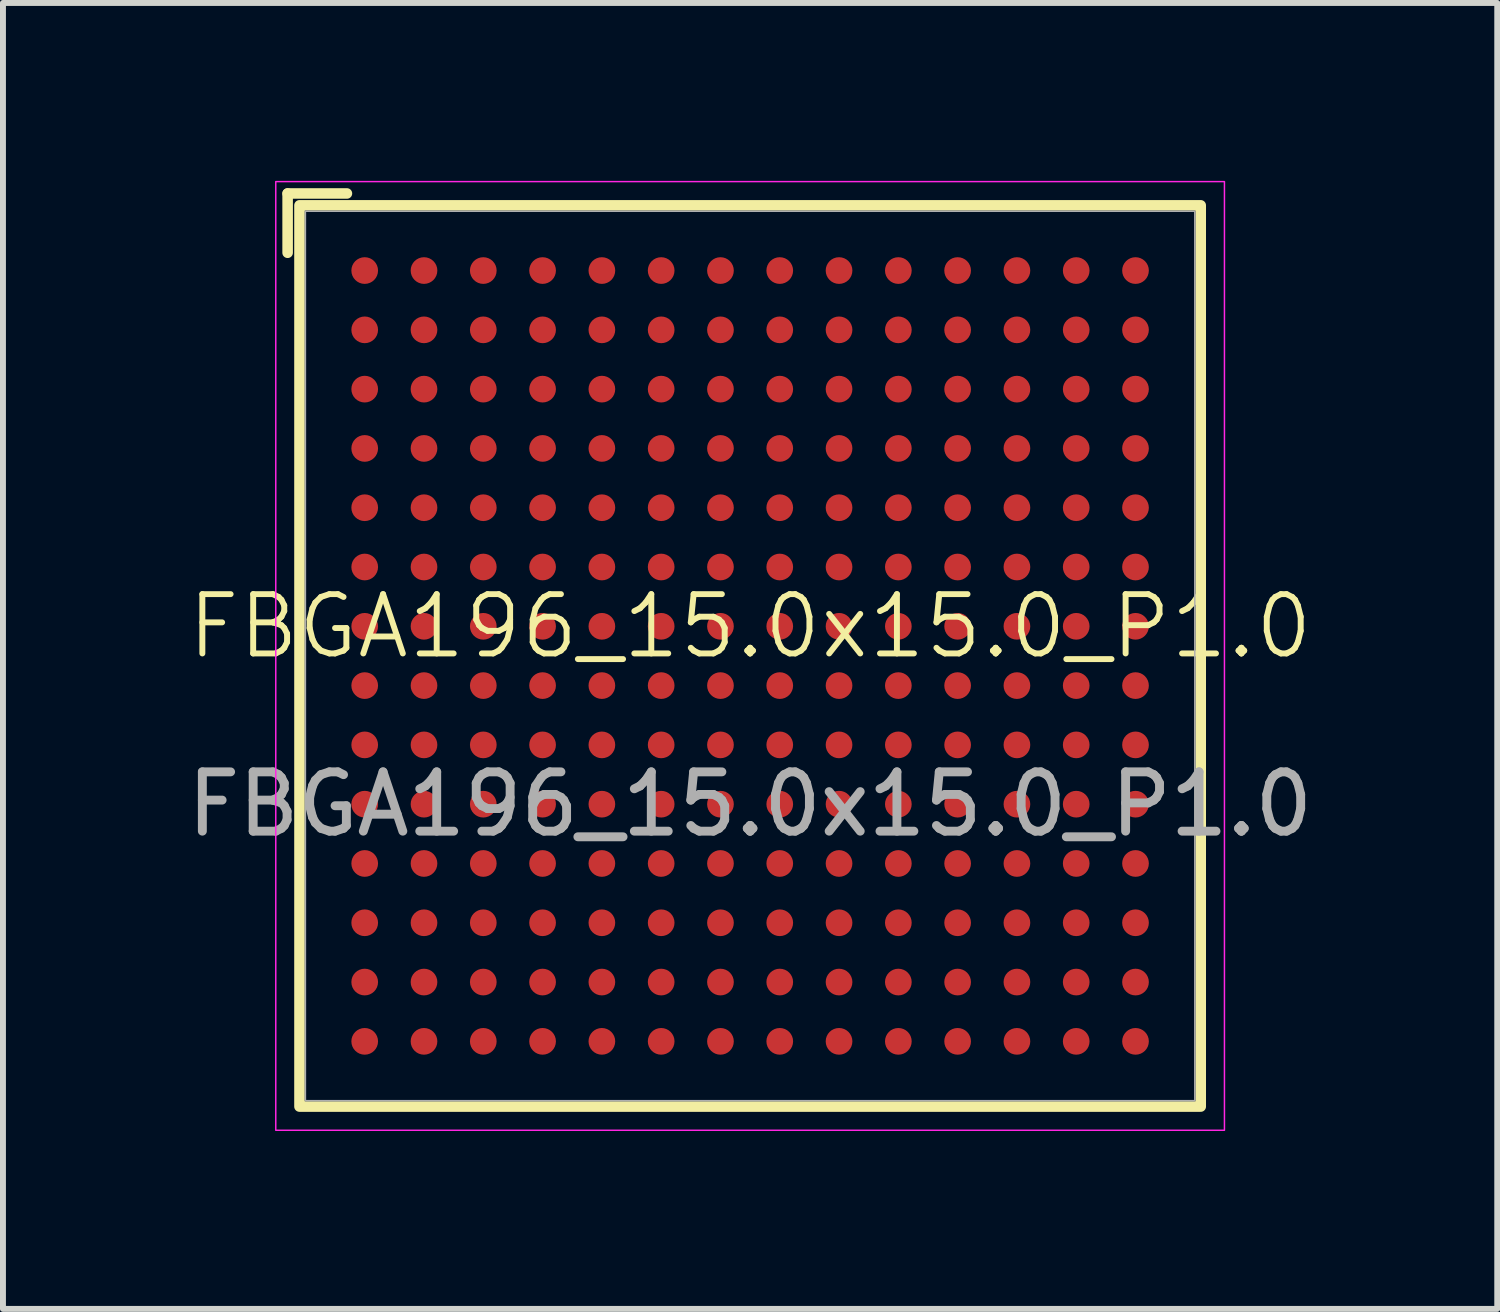
<source format=kicad_pcb>
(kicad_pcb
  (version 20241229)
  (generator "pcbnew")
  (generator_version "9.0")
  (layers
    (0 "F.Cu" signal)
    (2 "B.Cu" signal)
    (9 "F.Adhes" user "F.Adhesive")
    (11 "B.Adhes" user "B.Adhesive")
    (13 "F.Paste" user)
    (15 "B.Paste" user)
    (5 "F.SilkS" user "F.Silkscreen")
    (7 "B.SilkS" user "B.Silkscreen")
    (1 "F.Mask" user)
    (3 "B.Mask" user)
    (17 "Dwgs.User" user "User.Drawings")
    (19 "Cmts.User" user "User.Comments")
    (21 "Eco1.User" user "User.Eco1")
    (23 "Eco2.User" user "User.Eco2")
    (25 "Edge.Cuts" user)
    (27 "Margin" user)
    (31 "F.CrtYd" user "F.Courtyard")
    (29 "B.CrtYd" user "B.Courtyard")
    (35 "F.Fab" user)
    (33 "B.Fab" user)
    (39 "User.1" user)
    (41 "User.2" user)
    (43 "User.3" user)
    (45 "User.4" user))
  (footprint "FBGA196_15.0x15.0_P1.0"
    (layer "F.Cu")
    (at 9.601 8.013)
    (property "Reference" "FBGA196_15.0x15.0_P1.0" (at 0 -0.5 0) (unlocked yes) (layer "F.SilkS") (effects (font (size 1 1) (thickness 0.1))))
    (attr smd)
    (fp_line (start -7.8 -7.8) (end -6.8 -7.8) (stroke (width 0.178) (type default)) (layer "F.SilkS"))
    (fp_line (start -7.8 -6.8) (end -7.8 -7.8) (stroke (width 0.178) (type default)) (layer "F.SilkS"))
    (fp_rect (start -7.6 7.6) (end 7.6 -7.6) (stroke (width 0.178) (type default)) (fill no) (layer "F.SilkS"))
    (fp_rect (start -8 8) (end 8 -8) (stroke (width 0.025) (type default)) (fill no) (layer "F.CrtYd"))
    (fp_rect (start -7.5 7.5) (end 7.5 -7.5) (stroke (width 0.025) (type default)) (fill no) (layer "F.Fab"))
    (fp_text user "${REFERENCE}" (at 0 2.5 0) (unlocked yes) (layer "F.Fab") (effects (font (size 1 1) (thickness 0.15))))
    (pad "A1" smd circle (at -6.5 -6.5) (size 0.45 0.45) (layers "F.Cu" "F.Mask" "F.Paste"))
    (pad "A2" smd circle (at -5.5 -6.5) (size 0.45 0.45) (layers "F.Cu" "F.Mask" "F.Paste"))
    (pad "A3" smd circle (at -4.5 -6.5) (size 0.45 0.45) (layers "F.Cu" "F.Mask" "F.Paste"))
    (pad "A4" smd circle (at -3.5 -6.5) (size 0.45 0.45) (layers "F.Cu" "F.Mask" "F.Paste"))
    (pad "A5" smd circle (at -2.5 -6.5) (size 0.45 0.45) (layers "F.Cu" "F.Mask" "F.Paste"))
    (pad "A6" smd circle (at -1.5 -6.5) (size 0.45 0.45) (layers "F.Cu" "F.Mask" "F.Paste"))
    (pad "A7" smd circle (at -0.5 -6.5) (size 0.45 0.45) (layers "F.Cu" "F.Mask" "F.Paste"))
    (pad "A8" smd circle (at 0.5 -6.5) (size 0.45 0.45) (layers "F.Cu" "F.Mask" "F.Paste"))
    (pad "A9" smd circle (at 1.5 -6.5) (size 0.45 0.45) (layers "F.Cu" "F.Mask" "F.Paste"))
    (pad "A10" smd circle (at 2.5 -6.5) (size 0.45 0.45) (layers "F.Cu" "F.Mask" "F.Paste"))
    (pad "A11" smd circle (at 3.5 -6.5) (size 0.45 0.45) (layers "F.Cu" "F.Mask" "F.Paste"))
    (pad "A12" smd circle (at 4.5 -6.5) (size 0.45 0.45) (layers "F.Cu" "F.Mask" "F.Paste"))
    (pad "A13" smd circle (at 5.5 -6.5) (size 0.45 0.45) (layers "F.Cu" "F.Mask" "F.Paste"))
    (pad "A14" smd circle (at 6.5 -6.5) (size 0.45 0.45) (layers "F.Cu" "F.Mask" "F.Paste"))
    (pad "B1" smd circle (at -6.5 -5.5) (size 0.45 0.45) (layers "F.Cu" "F.Mask" "F.Paste"))
    (pad "B2" smd circle (at -5.5 -5.5) (size 0.45 0.45) (layers "F.Cu" "F.Mask" "F.Paste"))
    (pad "B3" smd circle (at -4.5 -5.5) (size 0.45 0.45) (layers "F.Cu" "F.Mask" "F.Paste"))
    (pad "B4" smd circle (at -3.5 -5.5) (size 0.45 0.45) (layers "F.Cu" "F.Mask" "F.Paste"))
    (pad "B5" smd circle (at -2.5 -5.5) (size 0.45 0.45) (layers "F.Cu" "F.Mask" "F.Paste"))
    (pad "B6" smd circle (at -1.5 -5.5) (size 0.45 0.45) (layers "F.Cu" "F.Mask" "F.Paste"))
    (pad "B7" smd circle (at -0.5 -5.5) (size 0.45 0.45) (layers "F.Cu" "F.Mask" "F.Paste"))
    (pad "B8" smd circle (at 0.5 -5.5) (size 0.45 0.45) (layers "F.Cu" "F.Mask" "F.Paste"))
    (pad "B9" smd circle (at 1.5 -5.5) (size 0.45 0.45) (layers "F.Cu" "F.Mask" "F.Paste"))
    (pad "B10" smd circle (at 2.5 -5.5) (size 0.45 0.45) (layers "F.Cu" "F.Mask" "F.Paste"))
    (pad "B11" smd circle (at 3.5 -5.5) (size 0.45 0.45) (layers "F.Cu" "F.Mask" "F.Paste"))
    (pad "B12" smd circle (at 4.5 -5.5) (size 0.45 0.45) (layers "F.Cu" "F.Mask" "F.Paste"))
    (pad "B13" smd circle (at 5.5 -5.5) (size 0.45 0.45) (layers "F.Cu" "F.Mask" "F.Paste"))
    (pad "B14" smd circle (at 6.5 -5.5) (size 0.45 0.45) (layers "F.Cu" "F.Mask" "F.Paste"))
    (pad "C1" smd circle (at -6.5 -4.5) (size 0.45 0.45) (layers "F.Cu" "F.Mask" "F.Paste"))
    (pad "C2" smd circle (at -5.5 -4.5) (size 0.45 0.45) (layers "F.Cu" "F.Mask" "F.Paste"))
    (pad "C3" smd circle (at -4.5 -4.5) (size 0.45 0.45) (layers "F.Cu" "F.Mask" "F.Paste"))
    (pad "C4" smd circle (at -3.5 -4.5) (size 0.45 0.45) (layers "F.Cu" "F.Mask" "F.Paste"))
    (pad "C5" smd circle (at -2.5 -4.5) (size 0.45 0.45) (layers "F.Cu" "F.Mask" "F.Paste"))
    (pad "C6" smd circle (at -1.5 -4.5) (size 0.45 0.45) (layers "F.Cu" "F.Mask" "F.Paste"))
    (pad "C7" smd circle (at -0.5 -4.5) (size 0.45 0.45) (layers "F.Cu" "F.Mask" "F.Paste"))
    (pad "C8" smd circle (at 0.5 -4.5) (size 0.45 0.45) (layers "F.Cu" "F.Mask" "F.Paste"))
    (pad "C9" smd circle (at 1.5 -4.5) (size 0.45 0.45) (layers "F.Cu" "F.Mask" "F.Paste"))
    (pad "C10" smd circle (at 2.5 -4.5) (size 0.45 0.45) (layers "F.Cu" "F.Mask" "F.Paste"))
    (pad "C11" smd circle (at 3.5 -4.5) (size 0.45 0.45) (layers "F.Cu" "F.Mask" "F.Paste"))
    (pad "C12" smd circle (at 4.5 -4.5) (size 0.45 0.45) (layers "F.Cu" "F.Mask" "F.Paste"))
    (pad "C13" smd circle (at 5.5 -4.5) (size 0.45 0.45) (layers "F.Cu" "F.Mask" "F.Paste"))
    (pad "C14" smd circle (at 6.5 -4.5) (size 0.45 0.45) (layers "F.Cu" "F.Mask" "F.Paste"))
    (pad "D1" smd circle (at -6.5 -3.5) (size 0.45 0.45) (layers "F.Cu" "F.Mask" "F.Paste"))
    (pad "D2" smd circle (at -5.5 -3.5) (size 0.45 0.45) (layers "F.Cu" "F.Mask" "F.Paste"))
    (pad "D3" smd circle (at -4.5 -3.5) (size 0.45 0.45) (layers "F.Cu" "F.Mask" "F.Paste"))
    (pad "D4" smd circle (at -3.5 -3.5) (size 0.45 0.45) (layers "F.Cu" "F.Mask" "F.Paste"))
    (pad "D5" smd circle (at -2.5 -3.5) (size 0.45 0.45) (layers "F.Cu" "F.Mask" "F.Paste"))
    (pad "D6" smd circle (at -1.5 -3.5) (size 0.45 0.45) (layers "F.Cu" "F.Mask" "F.Paste"))
    (pad "D7" smd circle (at -0.5 -3.5) (size 0.45 0.45) (layers "F.Cu" "F.Mask" "F.Paste"))
    (pad "D8" smd circle (at 0.5 -3.5) (size 0.45 0.45) (layers "F.Cu" "F.Mask" "F.Paste"))
    (pad "D9" smd circle (at 1.5 -3.5) (size 0.45 0.45) (layers "F.Cu" "F.Mask" "F.Paste"))
    (pad "D10" smd circle (at 2.5 -3.5) (size 0.45 0.45) (layers "F.Cu" "F.Mask" "F.Paste"))
    (pad "D11" smd circle (at 3.5 -3.5) (size 0.45 0.45) (layers "F.Cu" "F.Mask" "F.Paste"))
    (pad "D12" smd circle (at 4.5 -3.5) (size 0.45 0.45) (layers "F.Cu" "F.Mask" "F.Paste"))
    (pad "D13" smd circle (at 5.5 -3.5) (size 0.45 0.45) (layers "F.Cu" "F.Mask" "F.Paste"))
    (pad "D14" smd circle (at 6.5 -3.5) (size 0.45 0.45) (layers "F.Cu" "F.Mask" "F.Paste"))
    (pad "E1" smd circle (at -6.5 -2.5) (size 0.45 0.45) (layers "F.Cu" "F.Mask" "F.Paste"))
    (pad "E2" smd circle (at -5.5 -2.5) (size 0.45 0.45) (layers "F.Cu" "F.Mask" "F.Paste"))
    (pad "E3" smd circle (at -4.5 -2.5) (size 0.45 0.45) (layers "F.Cu" "F.Mask" "F.Paste"))
    (pad "E4" smd circle (at -3.5 -2.5) (size 0.45 0.45) (layers "F.Cu" "F.Mask" "F.Paste"))
    (pad "E5" smd circle (at -2.5 -2.5) (size 0.45 0.45) (layers "F.Cu" "F.Mask" "F.Paste"))
    (pad "E6" smd circle (at -1.5 -2.5) (size 0.45 0.45) (layers "F.Cu" "F.Mask" "F.Paste"))
    (pad "E7" smd circle (at -0.5 -2.5) (size 0.45 0.45) (layers "F.Cu" "F.Mask" "F.Paste"))
    (pad "E8" smd circle (at 0.5 -2.5) (size 0.45 0.45) (layers "F.Cu" "F.Mask" "F.Paste"))
    (pad "E9" smd circle (at 1.5 -2.5) (size 0.45 0.45) (layers "F.Cu" "F.Mask" "F.Paste"))
    (pad "E10" smd circle (at 2.5 -2.5) (size 0.45 0.45) (layers "F.Cu" "F.Mask" "F.Paste"))
    (pad "E11" smd circle (at 3.5 -2.5) (size 0.45 0.45) (layers "F.Cu" "F.Mask" "F.Paste"))
    (pad "E12" smd circle (at 4.5 -2.5) (size 0.45 0.45) (layers "F.Cu" "F.Mask" "F.Paste"))
    (pad "E13" smd circle (at 5.5 -2.5) (size 0.45 0.45) (layers "F.Cu" "F.Mask" "F.Paste"))
    (pad "E14" smd circle (at 6.5 -2.5) (size 0.45 0.45) (layers "F.Cu" "F.Mask" "F.Paste"))
    (pad "F1" smd circle (at -6.5 -1.5) (size 0.45 0.45) (layers "F.Cu" "F.Mask" "F.Paste"))
    (pad "F2" smd circle (at -5.5 -1.5) (size 0.45 0.45) (layers "F.Cu" "F.Mask" "F.Paste"))
    (pad "F3" smd circle (at -4.5 -1.5) (size 0.45 0.45) (layers "F.Cu" "F.Mask" "F.Paste"))
    (pad "F4" smd circle (at -3.5 -1.5) (size 0.45 0.45) (layers "F.Cu" "F.Mask" "F.Paste"))
    (pad "F5" smd circle (at -2.5 -1.5) (size 0.45 0.45) (layers "F.Cu" "F.Mask" "F.Paste"))
    (pad "F6" smd circle (at -1.5 -1.5) (size 0.45 0.45) (layers "F.Cu" "F.Mask" "F.Paste"))
    (pad "F7" smd circle (at -0.5 -1.5) (size 0.45 0.45) (layers "F.Cu" "F.Mask" "F.Paste"))
    (pad "F8" smd circle (at 0.5 -1.5) (size 0.45 0.45) (layers "F.Cu" "F.Mask" "F.Paste"))
    (pad "F9" smd circle (at 1.5 -1.5) (size 0.45 0.45) (layers "F.Cu" "F.Mask" "F.Paste"))
    (pad "F10" smd circle (at 2.5 -1.5) (size 0.45 0.45) (layers "F.Cu" "F.Mask" "F.Paste"))
    (pad "F11" smd circle (at 3.5 -1.5) (size 0.45 0.45) (layers "F.Cu" "F.Mask" "F.Paste"))
    (pad "F12" smd circle (at 4.5 -1.5) (size 0.45 0.45) (layers "F.Cu" "F.Mask" "F.Paste"))
    (pad "F13" smd circle (at 5.5 -1.5) (size 0.45 0.45) (layers "F.Cu" "F.Mask" "F.Paste"))
    (pad "F14" smd circle (at 6.5 -1.5) (size 0.45 0.45) (layers "F.Cu" "F.Mask" "F.Paste"))
    (pad "G1" smd circle (at -6.5 -0.5) (size 0.45 0.45) (layers "F.Cu" "F.Mask" "F.Paste"))
    (pad "G2" smd circle (at -5.5 -0.5) (size 0.45 0.45) (layers "F.Cu" "F.Mask" "F.Paste"))
    (pad "G3" smd circle (at -4.5 -0.5) (size 0.45 0.45) (layers "F.Cu" "F.Mask" "F.Paste"))
    (pad "G4" smd circle (at -3.5 -0.5) (size 0.45 0.45) (layers "F.Cu" "F.Mask" "F.Paste"))
    (pad "G5" smd circle (at -2.5 -0.5) (size 0.45 0.45) (layers "F.Cu" "F.Mask" "F.Paste"))
    (pad "G6" smd circle (at -1.5 -0.5) (size 0.45 0.45) (layers "F.Cu" "F.Mask" "F.Paste"))
    (pad "G7" smd circle (at -0.5 -0.5) (size 0.45 0.45) (layers "F.Cu" "F.Mask" "F.Paste"))
    (pad "G8" smd circle (at 0.5 -0.5) (size 0.45 0.45) (layers "F.Cu" "F.Mask" "F.Paste"))
    (pad "G9" smd circle (at 1.5 -0.5) (size 0.45 0.45) (layers "F.Cu" "F.Mask" "F.Paste"))
    (pad "G10" smd circle (at 2.5 -0.5) (size 0.45 0.45) (layers "F.Cu" "F.Mask" "F.Paste"))
    (pad "G11" smd circle (at 3.5 -0.5) (size 0.45 0.45) (layers "F.Cu" "F.Mask" "F.Paste"))
    (pad "G12" smd circle (at 4.5 -0.5) (size 0.45 0.45) (layers "F.Cu" "F.Mask" "F.Paste"))
    (pad "G13" smd circle (at 5.5 -0.5) (size 0.45 0.45) (layers "F.Cu" "F.Mask" "F.Paste"))
    (pad "G14" smd circle (at 6.5 -0.5) (size 0.45 0.45) (layers "F.Cu" "F.Mask" "F.Paste"))
    (pad "H1" smd circle (at -6.5 0.5) (size 0.45 0.45) (layers "F.Cu" "F.Mask" "F.Paste"))
    (pad "H2" smd circle (at -5.5 0.5) (size 0.45 0.45) (layers "F.Cu" "F.Mask" "F.Paste"))
    (pad "H3" smd circle (at -4.5 0.5) (size 0.45 0.45) (layers "F.Cu" "F.Mask" "F.Paste"))
    (pad "H4" smd circle (at -3.5 0.5) (size 0.45 0.45) (layers "F.Cu" "F.Mask" "F.Paste"))
    (pad "H5" smd circle (at -2.5 0.5) (size 0.45 0.45) (layers "F.Cu" "F.Mask" "F.Paste"))
    (pad "H6" smd circle (at -1.5 0.5) (size 0.45 0.45) (layers "F.Cu" "F.Mask" "F.Paste"))
    (pad "H7" smd circle (at -0.5 0.5) (size 0.45 0.45) (layers "F.Cu" "F.Mask" "F.Paste"))
    (pad "H8" smd circle (at 0.5 0.5) (size 0.45 0.45) (layers "F.Cu" "F.Mask" "F.Paste"))
    (pad "H9" smd circle (at 1.5 0.5) (size 0.45 0.45) (layers "F.Cu" "F.Mask" "F.Paste"))
    (pad "H10" smd circle (at 2.5 0.5) (size 0.45 0.45) (layers "F.Cu" "F.Mask" "F.Paste"))
    (pad "H11" smd circle (at 3.5 0.5) (size 0.45 0.45) (layers "F.Cu" "F.Mask" "F.Paste"))
    (pad "H12" smd circle (at 4.5 0.5) (size 0.45 0.45) (layers "F.Cu" "F.Mask" "F.Paste"))
    (pad "H13" smd circle (at 5.5 0.5) (size 0.45 0.45) (layers "F.Cu" "F.Mask" "F.Paste"))
    (pad "H14" smd circle (at 6.5 0.5) (size 0.45 0.45) (layers "F.Cu" "F.Mask" "F.Paste"))
    (pad "J1" smd circle (at -6.5 1.5) (size 0.45 0.45) (layers "F.Cu" "F.Mask" "F.Paste"))
    (pad "J2" smd circle (at -5.5 1.5) (size 0.45 0.45) (layers "F.Cu" "F.Mask" "F.Paste"))
    (pad "J3" smd circle (at -4.5 1.5) (size 0.45 0.45) (layers "F.Cu" "F.Mask" "F.Paste"))
    (pad "J4" smd circle (at -3.5 1.5) (size 0.45 0.45) (layers "F.Cu" "F.Mask" "F.Paste"))
    (pad "J5" smd circle (at -2.5 1.5) (size 0.45 0.45) (layers "F.Cu" "F.Mask" "F.Paste"))
    (pad "J6" smd circle (at -1.5 1.5) (size 0.45 0.45) (layers "F.Cu" "F.Mask" "F.Paste"))
    (pad "J7" smd circle (at -0.5 1.5) (size 0.45 0.45) (layers "F.Cu" "F.Mask" "F.Paste"))
    (pad "J8" smd circle (at 0.5 1.5) (size 0.45 0.45) (layers "F.Cu" "F.Mask" "F.Paste"))
    (pad "J9" smd circle (at 1.5 1.5) (size 0.45 0.45) (layers "F.Cu" "F.Mask" "F.Paste"))
    (pad "J10" smd circle (at 2.5 1.5) (size 0.45 0.45) (layers "F.Cu" "F.Mask" "F.Paste"))
    (pad "J11" smd circle (at 3.5 1.5) (size 0.45 0.45) (layers "F.Cu" "F.Mask" "F.Paste"))
    (pad "J12" smd circle (at 4.5 1.5) (size 0.45 0.45) (layers "F.Cu" "F.Mask" "F.Paste"))
    (pad "J13" smd circle (at 5.5 1.5) (size 0.45 0.45) (layers "F.Cu" "F.Mask" "F.Paste"))
    (pad "J14" smd circle (at 6.5 1.5) (size 0.45 0.45) (layers "F.Cu" "F.Mask" "F.Paste"))
    (pad "K1" smd circle (at -6.5 2.5) (size 0.45 0.45) (layers "F.Cu" "F.Mask" "F.Paste"))
    (pad "K2" smd circle (at -5.5 2.5) (size 0.45 0.45) (layers "F.Cu" "F.Mask" "F.Paste"))
    (pad "K3" smd circle (at -4.5 2.5) (size 0.45 0.45) (layers "F.Cu" "F.Mask" "F.Paste"))
    (pad "K4" smd circle (at -3.5 2.5) (size 0.45 0.45) (layers "F.Cu" "F.Mask" "F.Paste"))
    (pad "K5" smd circle (at -2.5 2.5) (size 0.45 0.45) (layers "F.Cu" "F.Mask" "F.Paste"))
    (pad "K6" smd circle (at -1.5 2.5) (size 0.45 0.45) (layers "F.Cu" "F.Mask" "F.Paste"))
    (pad "K7" smd circle (at -0.5 2.5) (size 0.45 0.45) (layers "F.Cu" "F.Mask" "F.Paste"))
    (pad "K8" smd circle (at 0.5 2.5) (size 0.45 0.45) (layers "F.Cu" "F.Mask" "F.Paste"))
    (pad "K9" smd circle (at 1.5 2.5) (size 0.45 0.45) (layers "F.Cu" "F.Mask" "F.Paste"))
    (pad "K10" smd circle (at 2.5 2.5) (size 0.45 0.45) (layers "F.Cu" "F.Mask" "F.Paste"))
    (pad "K11" smd circle (at 3.5 2.5) (size 0.45 0.45) (layers "F.Cu" "F.Mask" "F.Paste"))
    (pad "K12" smd circle (at 4.5 2.5) (size 0.45 0.45) (layers "F.Cu" "F.Mask" "F.Paste"))
    (pad "K13" smd circle (at 5.5 2.5) (size 0.45 0.45) (layers "F.Cu" "F.Mask" "F.Paste"))
    (pad "K14" smd circle (at 6.5 2.5) (size 0.45 0.45) (layers "F.Cu" "F.Mask" "F.Paste"))
    (pad "L1" smd circle (at -6.5 3.5) (size 0.45 0.45) (layers "F.Cu" "F.Mask" "F.Paste"))
    (pad "L2" smd circle (at -5.5 3.5) (size 0.45 0.45) (layers "F.Cu" "F.Mask" "F.Paste"))
    (pad "L3" smd circle (at -4.5 3.5) (size 0.45 0.45) (layers "F.Cu" "F.Mask" "F.Paste"))
    (pad "L4" smd circle (at -3.5 3.5) (size 0.45 0.45) (layers "F.Cu" "F.Mask" "F.Paste"))
    (pad "L5" smd circle (at -2.5 3.5) (size 0.45 0.45) (layers "F.Cu" "F.Mask" "F.Paste"))
    (pad "L6" smd circle (at -1.5 3.5) (size 0.45 0.45) (layers "F.Cu" "F.Mask" "F.Paste"))
    (pad "L7" smd circle (at -0.5 3.5) (size 0.45 0.45) (layers "F.Cu" "F.Mask" "F.Paste"))
    (pad "L8" smd circle (at 0.5 3.5) (size 0.45 0.45) (layers "F.Cu" "F.Mask" "F.Paste"))
    (pad "L9" smd circle (at 1.5 3.5) (size 0.45 0.45) (layers "F.Cu" "F.Mask" "F.Paste"))
    (pad "L10" smd circle (at 2.5 3.5) (size 0.45 0.45) (layers "F.Cu" "F.Mask" "F.Paste"))
    (pad "L11" smd circle (at 3.5 3.5) (size 0.45 0.45) (layers "F.Cu" "F.Mask" "F.Paste"))
    (pad "L12" smd circle (at 4.5 3.5) (size 0.45 0.45) (layers "F.Cu" "F.Mask" "F.Paste"))
    (pad "L13" smd circle (at 5.5 3.5) (size 0.45 0.45) (layers "F.Cu" "F.Mask" "F.Paste"))
    (pad "L14" smd circle (at 6.5 3.5) (size 0.45 0.45) (layers "F.Cu" "F.Mask" "F.Paste"))
    (pad "M1" smd circle (at -6.5 4.5) (size 0.45 0.45) (layers "F.Cu" "F.Mask" "F.Paste"))
    (pad "M2" smd circle (at -5.5 4.5) (size 0.45 0.45) (layers "F.Cu" "F.Mask" "F.Paste"))
    (pad "M3" smd circle (at -4.5 4.5) (size 0.45 0.45) (layers "F.Cu" "F.Mask" "F.Paste"))
    (pad "M4" smd circle (at -3.5 4.5) (size 0.45 0.45) (layers "F.Cu" "F.Mask" "F.Paste"))
    (pad "M5" smd circle (at -2.5 4.5) (size 0.45 0.45) (layers "F.Cu" "F.Mask" "F.Paste"))
    (pad "M6" smd circle (at -1.5 4.5) (size 0.45 0.45) (layers "F.Cu" "F.Mask" "F.Paste"))
    (pad "M7" smd circle (at -0.5 4.5) (size 0.45 0.45) (layers "F.Cu" "F.Mask" "F.Paste"))
    (pad "M8" smd circle (at 0.5 4.5) (size 0.45 0.45) (layers "F.Cu" "F.Mask" "F.Paste"))
    (pad "M9" smd circle (at 1.5 4.5) (size 0.45 0.45) (layers "F.Cu" "F.Mask" "F.Paste"))
    (pad "M10" smd circle (at 2.5 4.5) (size 0.45 0.45) (layers "F.Cu" "F.Mask" "F.Paste"))
    (pad "M11" smd circle (at 3.5 4.5) (size 0.45 0.45) (layers "F.Cu" "F.Mask" "F.Paste"))
    (pad "M12" smd circle (at 4.5 4.5) (size 0.45 0.45) (layers "F.Cu" "F.Mask" "F.Paste"))
    (pad "M13" smd circle (at 5.5 4.5) (size 0.45 0.45) (layers "F.Cu" "F.Mask" "F.Paste"))
    (pad "M14" smd circle (at 6.5 4.5) (size 0.45 0.45) (layers "F.Cu" "F.Mask" "F.Paste"))
    (pad "N1" smd circle (at -6.5 5.5) (size 0.45 0.45) (layers "F.Cu" "F.Mask" "F.Paste"))
    (pad "N2" smd circle (at -5.5 5.5) (size 0.45 0.45) (layers "F.Cu" "F.Mask" "F.Paste"))
    (pad "N3" smd circle (at -4.5 5.5) (size 0.45 0.45) (layers "F.Cu" "F.Mask" "F.Paste"))
    (pad "N4" smd circle (at -3.5 5.5) (size 0.45 0.45) (layers "F.Cu" "F.Mask" "F.Paste"))
    (pad "N5" smd circle (at -2.5 5.5) (size 0.45 0.45) (layers "F.Cu" "F.Mask" "F.Paste"))
    (pad "N6" smd circle (at -1.5 5.5) (size 0.45 0.45) (layers "F.Cu" "F.Mask" "F.Paste"))
    (pad "N7" smd circle (at -0.5 5.5) (size 0.45 0.45) (layers "F.Cu" "F.Mask" "F.Paste"))
    (pad "N8" smd circle (at 0.5 5.5) (size 0.45 0.45) (layers "F.Cu" "F.Mask" "F.Paste"))
    (pad "N9" smd circle (at 1.5 5.5) (size 0.45 0.45) (layers "F.Cu" "F.Mask" "F.Paste"))
    (pad "N10" smd circle (at 2.5 5.5) (size 0.45 0.45) (layers "F.Cu" "F.Mask" "F.Paste"))
    (pad "N11" smd circle (at 3.5 5.5) (size 0.45 0.45) (layers "F.Cu" "F.Mask" "F.Paste"))
    (pad "N12" smd circle (at 4.5 5.5) (size 0.45 0.45) (layers "F.Cu" "F.Mask" "F.Paste"))
    (pad "N13" smd circle (at 5.5 5.5) (size 0.45 0.45) (layers "F.Cu" "F.Mask" "F.Paste"))
    (pad "N14" smd circle (at 6.5 5.5) (size 0.45 0.45) (layers "F.Cu" "F.Mask" "F.Paste"))
    (pad "P1" smd circle (at -6.5 6.5) (size 0.45 0.45) (layers "F.Cu" "F.Mask" "F.Paste"))
    (pad "P2" smd circle (at -5.5 6.5) (size 0.45 0.45) (layers "F.Cu" "F.Mask" "F.Paste"))
    (pad "P3" smd circle (at -4.5 6.5) (size 0.45 0.45) (layers "F.Cu" "F.Mask" "F.Paste"))
    (pad "P4" smd circle (at -3.5 6.5) (size 0.45 0.45) (layers "F.Cu" "F.Mask" "F.Paste"))
    (pad "P5" smd circle (at -2.5 6.5) (size 0.45 0.45) (layers "F.Cu" "F.Mask" "F.Paste"))
    (pad "P6" smd circle (at -1.5 6.5) (size 0.45 0.45) (layers "F.Cu" "F.Mask" "F.Paste"))
    (pad "P7" smd circle (at -0.5 6.5) (size 0.45 0.45) (layers "F.Cu" "F.Mask" "F.Paste"))
    (pad "P8" smd circle (at 0.5 6.5) (size 0.45 0.45) (layers "F.Cu" "F.Mask" "F.Paste"))
    (pad "P9" smd circle (at 1.5 6.5) (size 0.45 0.45) (layers "F.Cu" "F.Mask" "F.Paste"))
    (pad "P10" smd circle (at 2.5 6.5) (size 0.45 0.45) (layers "F.Cu" "F.Mask" "F.Paste"))
    (pad "P11" smd circle (at 3.5 6.5) (size 0.45 0.45) (layers "F.Cu" "F.Mask" "F.Paste"))
    (pad "P12" smd circle (at 4.5 6.5) (size 0.45 0.45) (layers "F.Cu" "F.Mask" "F.Paste"))
    (pad "P13" smd circle (at 5.5 6.5) (size 0.45 0.45) (layers "F.Cu" "F.Mask" "F.Paste"))
    (pad "P14" smd circle (at 6.5 6.5) (size 0.45 0.45) (layers "F.Cu" "F.Mask" "F.Paste")))
  (gr_rect
    (start -3 -3)
    (end 22.202 19.025)
    (stroke (width 0.1) (type default))
    (fill no)
    (layer "Edge.Cuts")))
</source>
